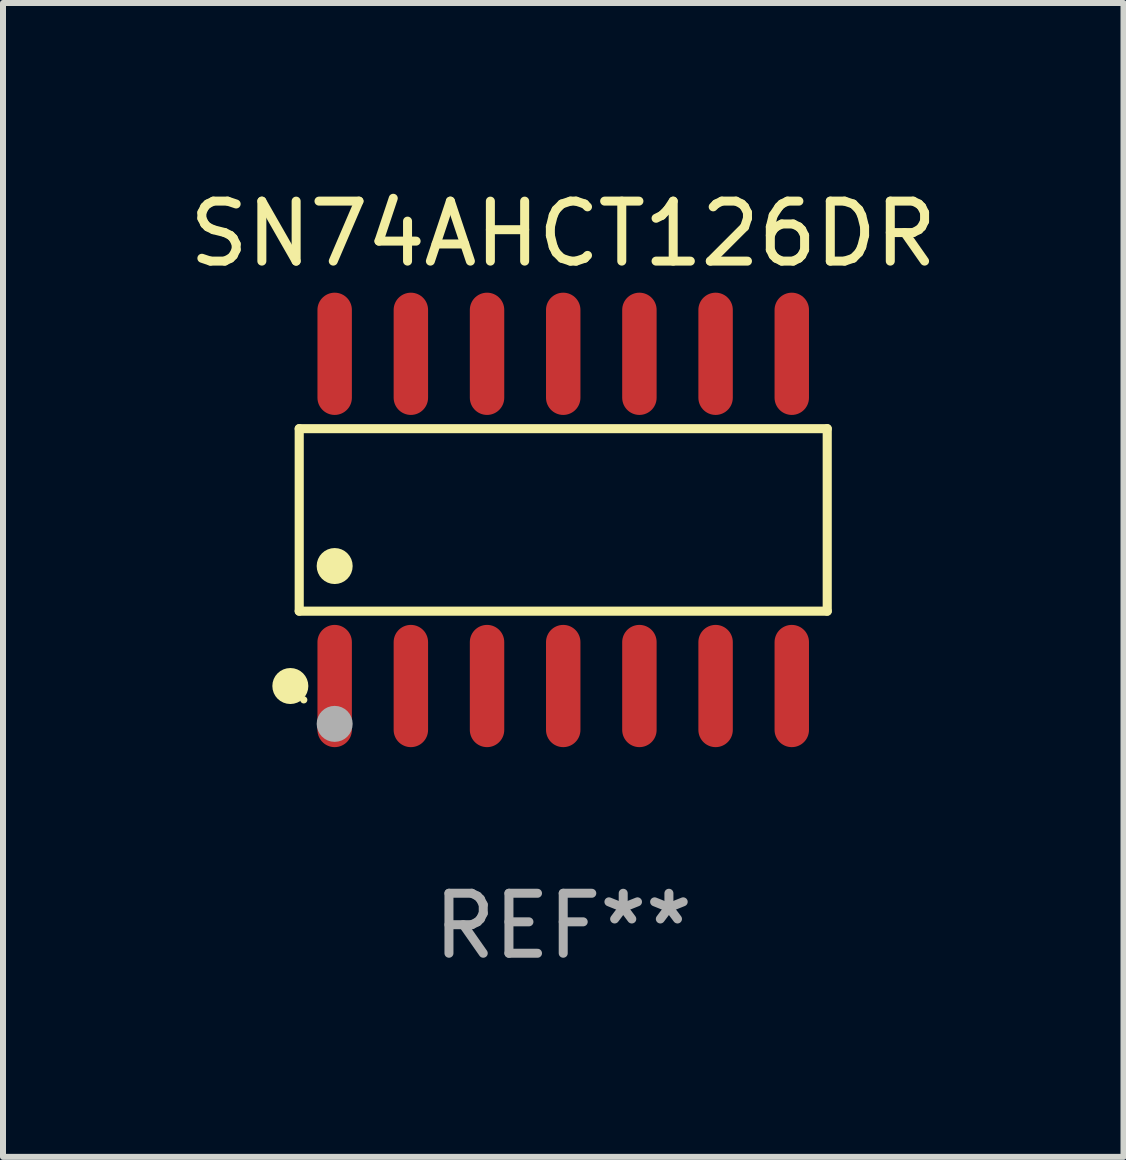
<source format=kicad_pcb>
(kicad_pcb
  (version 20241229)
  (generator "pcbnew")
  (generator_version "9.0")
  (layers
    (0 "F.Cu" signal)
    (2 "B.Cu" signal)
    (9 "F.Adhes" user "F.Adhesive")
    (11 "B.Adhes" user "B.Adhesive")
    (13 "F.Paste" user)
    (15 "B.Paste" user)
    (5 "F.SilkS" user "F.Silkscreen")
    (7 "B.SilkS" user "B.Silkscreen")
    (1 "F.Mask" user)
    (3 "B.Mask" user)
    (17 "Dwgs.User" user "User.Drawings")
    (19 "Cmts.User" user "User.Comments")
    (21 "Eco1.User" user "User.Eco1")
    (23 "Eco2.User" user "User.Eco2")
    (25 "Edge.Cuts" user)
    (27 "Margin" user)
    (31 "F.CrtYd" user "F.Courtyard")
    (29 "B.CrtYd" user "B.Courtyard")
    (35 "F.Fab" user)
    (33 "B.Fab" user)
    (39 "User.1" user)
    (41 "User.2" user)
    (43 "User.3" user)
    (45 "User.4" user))
  (footprint "SN74AHCT126DR"
    (layer "F.Cu")
    (at 6.339 5.617)
    (property "Reference" "SN74AHCT126DR" (at 0 -4.769 0) (layer "F.SilkS") (effects (font (size 1 1) (thickness 0.15))))
    (attr through_hole)
    (fp_line (start -4.401 -1.521) (end 4.401 -1.521) (stroke (width 0.152) (type solid)) (layer "F.SilkS"))
    (fp_line (start -4.401 1.521) (end -4.401 -1.521) (stroke (width 0.152) (type solid)) (layer "F.SilkS"))
    (fp_line (start 4.401 -1.521) (end 4.401 1.521) (stroke (width 0.152) (type solid)) (layer "F.SilkS"))
    (fp_line (start 4.401 1.521) (end -4.401 1.521) (stroke (width 0.152) (type solid)) (layer "F.SilkS"))
    (fp_circle (center -4.549 2.769) (end -4.399 2.769) (stroke (width 0.3) (type solid)) (fill no) (layer "F.SilkS"))
    (fp_circle (center -4.325 3) (end -4.295 3) (stroke (width 0.06) (type solid)) (fill no) (layer "F.SilkS"))
    (fp_circle (center -3.81 0.769) (end -3.66 0.769) (stroke (width 0.3) (type solid)) (fill no) (layer "F.SilkS"))
    (fp_circle (center -3.81 3.4) (end -3.66 3.4) (stroke (width 0.3) (type solid)) (fill no) (layer "F.Fab"))
    (fp_text user "REF**" (at 0 6.769 0) (layer "F.Fab") (effects (font (size 1 1) (thickness 0.15))))
    (pad "1" smd oval (at -3.81 2.769) (size 0.574 2.038) (layers "F.Cu" "F.Mask" "F.Paste"))
    (pad "2" smd oval (at -2.54 2.769) (size 0.574 2.038) (layers "F.Cu" "F.Mask" "F.Paste"))
    (pad "3" smd oval (at -1.27 2.769) (size 0.574 2.038) (layers "F.Cu" "F.Mask" "F.Paste"))
    (pad "4" smd oval (at 0 2.769) (size 0.574 2.038) (layers "F.Cu" "F.Mask" "F.Paste"))
    (pad "5" smd oval (at 1.27 2.769) (size 0.574 2.038) (layers "F.Cu" "F.Mask" "F.Paste"))
    (pad "6" smd oval (at 2.54 2.769) (size 0.574 2.038) (layers "F.Cu" "F.Mask" "F.Paste"))
    (pad "7" smd oval (at 3.81 2.769) (size 0.574 2.038) (layers "F.Cu" "F.Mask" "F.Paste"))
    (pad "8" smd oval (at 3.81 -2.769) (size 0.574 2.038) (layers "F.Cu" "F.Mask" "F.Paste"))
    (pad "9" smd oval (at 2.54 -2.769) (size 0.574 2.038) (layers "F.Cu" "F.Mask" "F.Paste"))
    (pad "10" smd oval (at 1.27 -2.769) (size 0.574 2.038) (layers "F.Cu" "F.Mask" "F.Paste"))
    (pad "11" smd oval (at 0 -2.769) (size 0.574 2.038) (layers "F.Cu" "F.Mask" "F.Paste"))
    (pad "12" smd oval (at -1.27 -2.769) (size 0.574 2.038) (layers "F.Cu" "F.Mask" "F.Paste"))
    (pad "13" smd oval (at -2.54 -2.769) (size 0.574 2.038) (layers "F.Cu" "F.Mask" "F.Paste"))
    (pad "14" smd oval (at -3.81 -2.769) (size 0.574 2.038) (layers "F.Cu" "F.Mask" "F.Paste")))
  (gr_rect
    (start -3 -3)
    (end 15.679 16.235)
    (stroke (width 0.1) (type default))
    (fill no)
    (layer "Edge.Cuts")))
</source>
